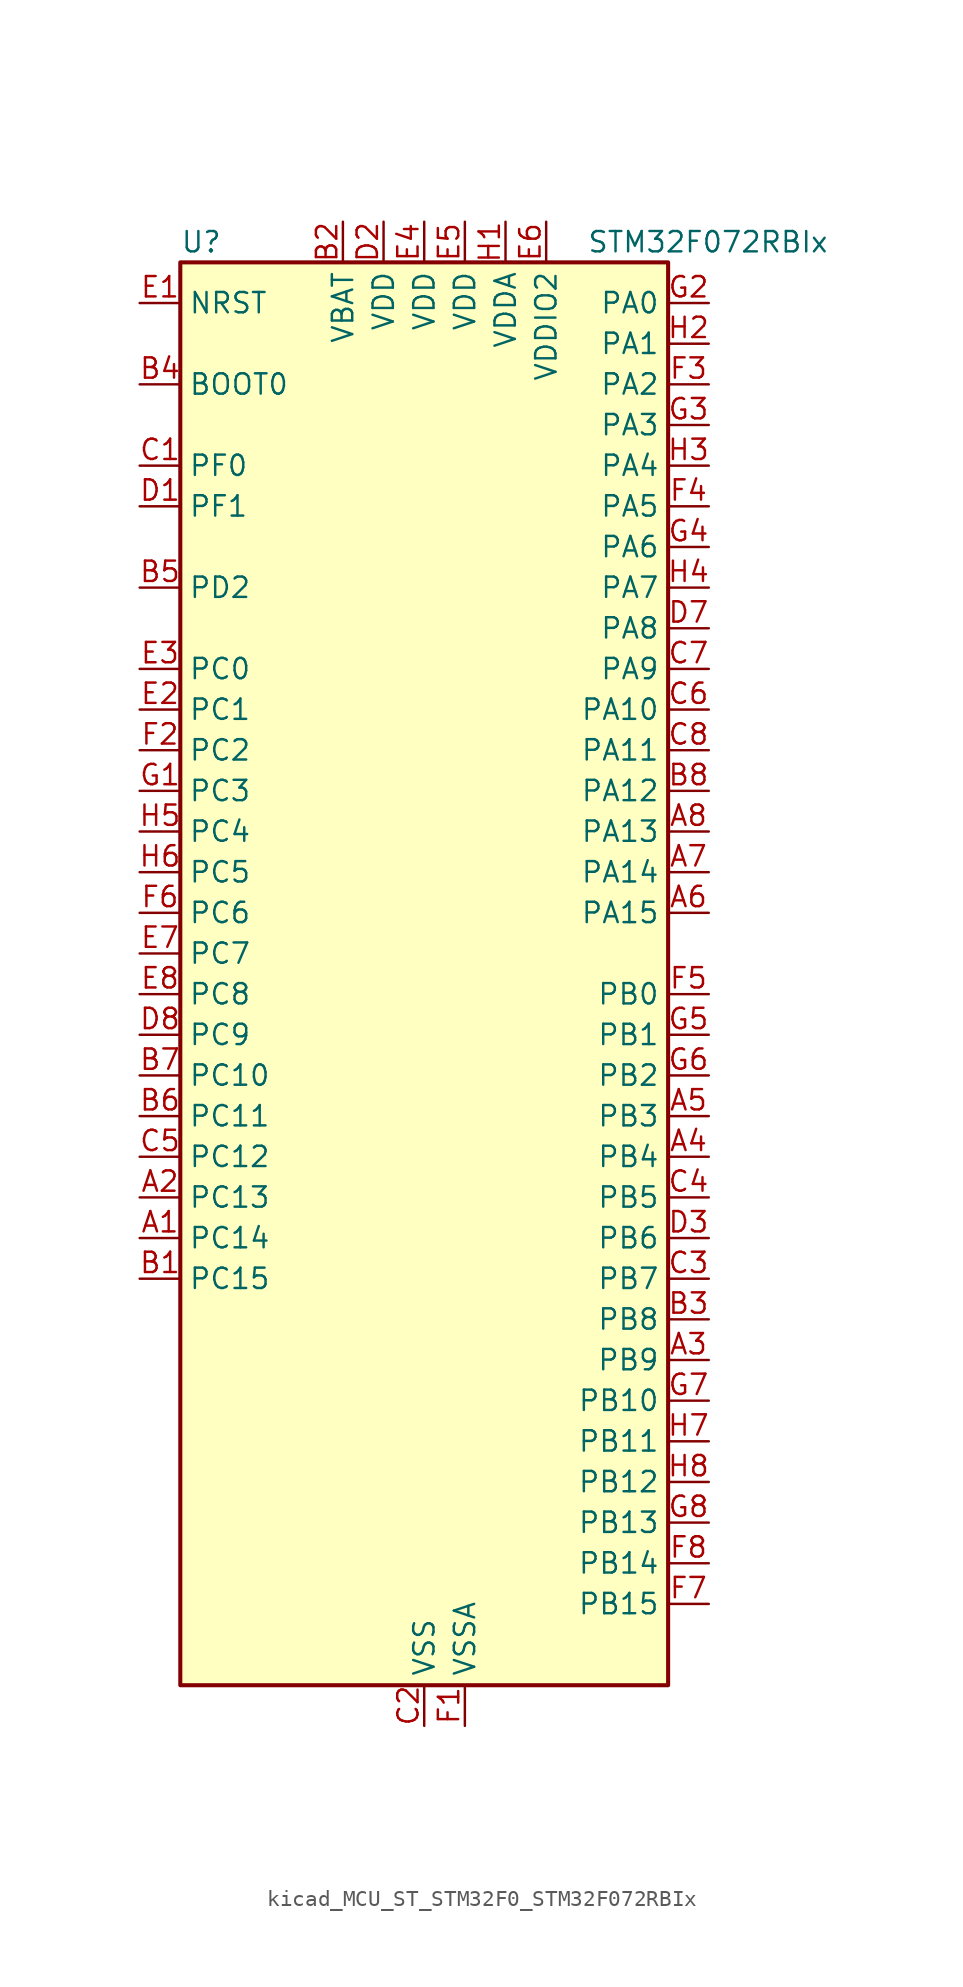
<source format=kicad_sym>
(kicad_symbol_lib
  (version 20220914)
  (generator kicad_symbol_editor)
  (symbol "kicad_MCU_ST_STM32F0_STM32F072RBIx"
    (property "Reference" "U"
      (at -15.24 46.99 0)
      (effects (font (size 1.27 1.27)) (justify left)))
    (property "Value" "STM32F072RBIx"
      (at 10.16 46.99 0)
      (effects (font (size 1.27 1.27)) (justify left)))
    (property "ki_locked" ""
      (at 0 0 0)
      (effects (font (size 1.27 1.27))))
    (symbol "kicad_MCU_ST_STM32F0_STM32F072RBIx_0_1"
      (rectangle (start -15.24 -43.18) (end 15.24 45.72) (stroke (width 0.254) (type default)) (fill (type background))))
    (symbol "kicad_MCU_ST_STM32F0_STM32F072RBIx_1_1"
      (pin bidirectional line (at -17.78 -15.24 0) (length 2.54) (name "PC14" (effects (font (size 1.27 1.27)))) (number "A1" (effects (font (size 1.27 1.27)))) (alternate "RCC_OSC32_IN" bidirectional line))
      (pin bidirectional line (at -17.78 -12.7 0) (length 2.54) (name "PC13" (effects (font (size 1.27 1.27)))) (number "A2" (effects (font (size 1.27 1.27)))) (alternate "RTC_OUT_ALARM" bidirectional line) (alternate "RTC_OUT_CALIB" bidirectional line) (alternate "RTC_TAMP1" bidirectional line) (alternate "RTC_TS" bidirectional line) (alternate "SYS_WKUP2" bidirectional line))
      (pin bidirectional line (at 17.78 -22.86 180) (length 2.54) (name "PB9" (effects (font (size 1.27 1.27)))) (number "A3" (effects (font (size 1.27 1.27)))) (alternate "CAN_TX" bidirectional line) (alternate "DAC_EXTI9" bidirectional line) (alternate "I2C1_SDA" bidirectional line) (alternate "I2S2_WS" bidirectional line) (alternate "IR_OUT" bidirectional line) (alternate "SPI2_NSS" bidirectional line) (alternate "TIM17_CH1" bidirectional line))
      (pin bidirectional line (at 17.78 -10.16 180) (length 2.54) (name "PB4" (effects (font (size 1.27 1.27)))) (number "A4" (effects (font (size 1.27 1.27)))) (alternate "I2S1_MCK" bidirectional line) (alternate "SPI1_MISO" bidirectional line) (alternate "TIM17_BKIN" bidirectional line) (alternate "TIM3_CH1" bidirectional line) (alternate "TSC_G5_IO2" bidirectional line))
      (pin bidirectional line (at 17.78 -7.62 180) (length 2.54) (name "PB3" (effects (font (size 1.27 1.27)))) (number "A5" (effects (font (size 1.27 1.27)))) (alternate "I2S1_CK" bidirectional line) (alternate "SPI1_SCK" bidirectional line) (alternate "TIM2_CH2" bidirectional line) (alternate "TSC_G5_IO1" bidirectional line))
      (pin bidirectional line (at 17.78 5.08 180) (length 2.54) (name "PA15" (effects (font (size 1.27 1.27)))) (number "A6" (effects (font (size 1.27 1.27)))) (alternate "I2S1_WS" bidirectional line) (alternate "SPI1_NSS" bidirectional line) (alternate "TIM2_CH1" bidirectional line) (alternate "TIM2_ETR" bidirectional line) (alternate "USART2_RX" bidirectional line) (alternate "USART4_DE" bidirectional line) (alternate "USART4_RTS" bidirectional line))
      (pin bidirectional line (at 17.78 7.62 180) (length 2.54) (name "PA14" (effects (font (size 1.27 1.27)))) (number "A7" (effects (font (size 1.27 1.27)))) (alternate "SYS_SWCLK" bidirectional line) (alternate "USART2_TX" bidirectional line))
      (pin bidirectional line (at 17.78 10.16 180) (length 2.54) (name "PA13" (effects (font (size 1.27 1.27)))) (number "A8" (effects (font (size 1.27 1.27)))) (alternate "IR_OUT" bidirectional line) (alternate "SYS_SWDIO" bidirectional line) (alternate "USB_NOE" bidirectional line))
      (pin bidirectional line (at -17.78 -17.78 0) (length 2.54) (name "PC15" (effects (font (size 1.27 1.27)))) (number "B1" (effects (font (size 1.27 1.27)))) (alternate "RCC_OSC32_OUT" bidirectional line))
      (pin power_in line (at -5.08 48.26 270) (length 2.54) (name "VBAT" (effects (font (size 1.27 1.27)))) (number "B2" (effects (font (size 1.27 1.27)))))
      (pin bidirectional line (at 17.78 -20.32 180) (length 2.54) (name "PB8" (effects (font (size 1.27 1.27)))) (number "B3" (effects (font (size 1.27 1.27)))) (alternate "CAN_RX" bidirectional line) (alternate "CEC" bidirectional line) (alternate "I2C1_SCL" bidirectional line) (alternate "TIM16_CH1" bidirectional line) (alternate "TSC_SYNC" bidirectional line))
      (pin input line (at -17.78 38.1 0) (length 2.54) (name "BOOT0" (effects (font (size 1.27 1.27)))) (number "B4" (effects (font (size 1.27 1.27)))))
      (pin bidirectional line (at -17.78 25.4 0) (length 2.54) (name "PD2" (effects (font (size 1.27 1.27)))) (number "B5" (effects (font (size 1.27 1.27)))) (alternate "TIM3_ETR" bidirectional line) (alternate "USART3_DE" bidirectional line) (alternate "USART3_RTS" bidirectional line))
      (pin bidirectional line (at -17.78 -7.62 0) (length 2.54) (name "PC11" (effects (font (size 1.27 1.27)))) (number "B6" (effects (font (size 1.27 1.27)))) (alternate "USART3_RX" bidirectional line) (alternate "USART4_RX" bidirectional line))
      (pin bidirectional line (at -17.78 -5.08 0) (length 2.54) (name "PC10" (effects (font (size 1.27 1.27)))) (number "B7" (effects (font (size 1.27 1.27)))) (alternate "USART3_TX" bidirectional line) (alternate "USART4_TX" bidirectional line))
      (pin bidirectional line (at 17.78 12.7 180) (length 2.54) (name "PA12" (effects (font (size 1.27 1.27)))) (number "B8" (effects (font (size 1.27 1.27)))) (alternate "CAN_TX" bidirectional line) (alternate "COMP2_OUT" bidirectional line) (alternate "TIM1_ETR" bidirectional line) (alternate "TSC_G4_IO4" bidirectional line) (alternate "USART1_DE" bidirectional line) (alternate "USART1_RTS" bidirectional line) (alternate "USB_DP" bidirectional line))
      (pin bidirectional line (at -17.78 33.02 0) (length 2.54) (name "PF0" (effects (font (size 1.27 1.27)))) (number "C1" (effects (font (size 1.27 1.27)))) (alternate "CRS_SYNC" bidirectional line) (alternate "RCC_OSC_IN" bidirectional line))
      (pin power_in line (at 0 -45.72 90) (length 2.54) (name "VSS" (effects (font (size 1.27 1.27)))) (number "C2" (effects (font (size 1.27 1.27)))))
      (pin bidirectional line (at 17.78 -17.78 180) (length 2.54) (name "PB7" (effects (font (size 1.27 1.27)))) (number "C3" (effects (font (size 1.27 1.27)))) (alternate "I2C1_SDA" bidirectional line) (alternate "TIM17_CH1N" bidirectional line) (alternate "TSC_G5_IO4" bidirectional line) (alternate "USART1_RX" bidirectional line) (alternate "USART4_CTS" bidirectional line))
      (pin bidirectional line (at 17.78 -12.7 180) (length 2.54) (name "PB5" (effects (font (size 1.27 1.27)))) (number "C4" (effects (font (size 1.27 1.27)))) (alternate "I2C1_SMBA" bidirectional line) (alternate "I2S1_SD" bidirectional line) (alternate "SPI1_MOSI" bidirectional line) (alternate "SYS_WKUP6" bidirectional line) (alternate "TIM16_BKIN" bidirectional line) (alternate "TIM3_CH2" bidirectional line))
      (pin bidirectional line (at -17.78 -10.16 0) (length 2.54) (name "PC12" (effects (font (size 1.27 1.27)))) (number "C5" (effects (font (size 1.27 1.27)))) (alternate "USART3_CK" bidirectional line) (alternate "USART4_CK" bidirectional line))
      (pin bidirectional line (at 17.78 17.78 180) (length 2.54) (name "PA10" (effects (font (size 1.27 1.27)))) (number "C6" (effects (font (size 1.27 1.27)))) (alternate "TIM17_BKIN" bidirectional line) (alternate "TIM1_CH3" bidirectional line) (alternate "TSC_G4_IO2" bidirectional line) (alternate "USART1_RX" bidirectional line))
      (pin bidirectional line (at 17.78 20.32 180) (length 2.54) (name "PA9" (effects (font (size 1.27 1.27)))) (number "C7" (effects (font (size 1.27 1.27)))) (alternate "DAC_EXTI9" bidirectional line) (alternate "TIM15_BKIN" bidirectional line) (alternate "TIM1_CH2" bidirectional line) (alternate "TSC_G4_IO1" bidirectional line) (alternate "USART1_TX" bidirectional line))
      (pin bidirectional line (at 17.78 15.24 180) (length 2.54) (name "PA11" (effects (font (size 1.27 1.27)))) (number "C8" (effects (font (size 1.27 1.27)))) (alternate "CAN_RX" bidirectional line) (alternate "COMP1_OUT" bidirectional line) (alternate "TIM1_CH4" bidirectional line) (alternate "TSC_G4_IO3" bidirectional line) (alternate "USART1_CTS" bidirectional line) (alternate "USB_DM" bidirectional line))
      (pin bidirectional line (at -17.78 30.48 0) (length 2.54) (name "PF1" (effects (font (size 1.27 1.27)))) (number "D1" (effects (font (size 1.27 1.27)))) (alternate "RCC_OSC_OUT" bidirectional line))
      (pin power_in line (at -2.54 48.26 270) (length 2.54) (name "VDD" (effects (font (size 1.27 1.27)))) (number "D2" (effects (font (size 1.27 1.27)))))
      (pin bidirectional line (at 17.78 -15.24 180) (length 2.54) (name "PB6" (effects (font (size 1.27 1.27)))) (number "D3" (effects (font (size 1.27 1.27)))) (alternate "I2C1_SCL" bidirectional line) (alternate "TIM16_CH1N" bidirectional line) (alternate "TSC_G5_IO3" bidirectional line) (alternate "USART1_TX" bidirectional line))
      (pin passive line (at 0 -45.72 90) (length 2.54) hide (name "VSS" (effects (font (size 1.27 1.27)))) (number "D4" (effects (font (size 1.27 1.27)))))
      (pin passive line (at 0 -45.72 90) (length 2.54) hide (name "VSS" (effects (font (size 1.27 1.27)))) (number "D5" (effects (font (size 1.27 1.27)))))
      (pin passive line (at 0 -45.72 90) (length 2.54) hide (name "VSS" (effects (font (size 1.27 1.27)))) (number "D6" (effects (font (size 1.27 1.27)))))
      (pin bidirectional line (at 17.78 22.86 180) (length 2.54) (name "PA8" (effects (font (size 1.27 1.27)))) (number "D7" (effects (font (size 1.27 1.27)))) (alternate "CRS_SYNC" bidirectional line) (alternate "RCC_MCO" bidirectional line) (alternate "TIM1_CH1" bidirectional line) (alternate "USART1_CK" bidirectional line))
      (pin bidirectional line (at -17.78 -2.54 0) (length 2.54) (name "PC9" (effects (font (size 1.27 1.27)))) (number "D8" (effects (font (size 1.27 1.27)))) (alternate "DAC_EXTI9" bidirectional line) (alternate "TIM3_CH4" bidirectional line))
      (pin input line (at -17.78 43.18 0) (length 2.54) (name "NRST" (effects (font (size 1.27 1.27)))) (number "E1" (effects (font (size 1.27 1.27)))))
      (pin bidirectional line (at -17.78 17.78 0) (length 2.54) (name "PC1" (effects (font (size 1.27 1.27)))) (number "E2" (effects (font (size 1.27 1.27)))) (alternate "ADC_IN11" bidirectional line))
      (pin bidirectional line (at -17.78 20.32 0) (length 2.54) (name "PC0" (effects (font (size 1.27 1.27)))) (number "E3" (effects (font (size 1.27 1.27)))) (alternate "ADC_IN10" bidirectional line))
      (pin power_in line (at 0 48.26 270) (length 2.54) (name "VDD" (effects (font (size 1.27 1.27)))) (number "E4" (effects (font (size 1.27 1.27)))))
      (pin power_in line (at 2.54 48.26 270) (length 2.54) (name "VDD" (effects (font (size 1.27 1.27)))) (number "E5" (effects (font (size 1.27 1.27)))))
      (pin power_in line (at 7.62 48.26 270) (length 2.54) (name "VDDIO2" (effects (font (size 1.27 1.27)))) (number "E6" (effects (font (size 1.27 1.27)))))
      (pin bidirectional line (at -17.78 2.54 0) (length 2.54) (name "PC7" (effects (font (size 1.27 1.27)))) (number "E7" (effects (font (size 1.27 1.27)))) (alternate "TIM3_CH2" bidirectional line))
      (pin bidirectional line (at -17.78 0 0) (length 2.54) (name "PC8" (effects (font (size 1.27 1.27)))) (number "E8" (effects (font (size 1.27 1.27)))) (alternate "TIM3_CH3" bidirectional line))
      (pin power_in line (at 2.54 -45.72 90) (length 2.54) (name "VSSA" (effects (font (size 1.27 1.27)))) (number "F1" (effects (font (size 1.27 1.27)))))
      (pin bidirectional line (at -17.78 15.24 0) (length 2.54) (name "PC2" (effects (font (size 1.27 1.27)))) (number "F2" (effects (font (size 1.27 1.27)))) (alternate "ADC_IN12" bidirectional line) (alternate "I2S2_MCK" bidirectional line) (alternate "SPI2_MISO" bidirectional line))
      (pin bidirectional line (at 17.78 38.1 180) (length 2.54) (name "PA2" (effects (font (size 1.27 1.27)))) (number "F3" (effects (font (size 1.27 1.27)))) (alternate "ADC_IN2" bidirectional line) (alternate "COMP2_INM" bidirectional line) (alternate "COMP2_OUT" bidirectional line) (alternate "SYS_WKUP4" bidirectional line) (alternate "TIM15_CH1" bidirectional line) (alternate "TIM2_CH3" bidirectional line) (alternate "TSC_G1_IO3" bidirectional line) (alternate "USART2_TX" bidirectional line))
      (pin bidirectional line (at 17.78 30.48 180) (length 2.54) (name "PA5" (effects (font (size 1.27 1.27)))) (number "F4" (effects (font (size 1.27 1.27)))) (alternate "ADC_IN5" bidirectional line) (alternate "CEC" bidirectional line) (alternate "COMP1_INM" bidirectional line) (alternate "COMP2_INM" bidirectional line) (alternate "DAC_OUT2" bidirectional line) (alternate "I2S1_CK" bidirectional line) (alternate "SPI1_SCK" bidirectional line) (alternate "TIM2_CH1" bidirectional line) (alternate "TIM2_ETR" bidirectional line) (alternate "TSC_G2_IO2" bidirectional line))
      (pin bidirectional line (at 17.78 0 180) (length 2.54) (name "PB0" (effects (font (size 1.27 1.27)))) (number "F5" (effects (font (size 1.27 1.27)))) (alternate "ADC_IN8" bidirectional line) (alternate "TIM1_CH2N" bidirectional line) (alternate "TIM3_CH3" bidirectional line) (alternate "TSC_G3_IO2" bidirectional line) (alternate "USART3_CK" bidirectional line))
      (pin bidirectional line (at -17.78 5.08 0) (length 2.54) (name "PC6" (effects (font (size 1.27 1.27)))) (number "F6" (effects (font (size 1.27 1.27)))) (alternate "TIM3_CH1" bidirectional line))
      (pin bidirectional line (at 17.78 -38.1 180) (length 2.54) (name "PB15" (effects (font (size 1.27 1.27)))) (number "F7" (effects (font (size 1.27 1.27)))) (alternate "I2S2_SD" bidirectional line) (alternate "RTC_REFIN" bidirectional line) (alternate "SPI2_MOSI" bidirectional line) (alternate "SYS_WKUP7" bidirectional line) (alternate "TIM15_CH1N" bidirectional line) (alternate "TIM15_CH2" bidirectional line) (alternate "TIM1_CH3N" bidirectional line))
      (pin bidirectional line (at 17.78 -35.56 180) (length 2.54) (name "PB14" (effects (font (size 1.27 1.27)))) (number "F8" (effects (font (size 1.27 1.27)))) (alternate "I2C2_SDA" bidirectional line) (alternate "I2S2_MCK" bidirectional line) (alternate "SPI2_MISO" bidirectional line) (alternate "TIM15_CH1" bidirectional line) (alternate "TIM1_CH2N" bidirectional line) (alternate "TSC_G6_IO4" bidirectional line) (alternate "USART3_DE" bidirectional line) (alternate "USART3_RTS" bidirectional line))
      (pin bidirectional line (at -17.78 12.7 0) (length 2.54) (name "PC3" (effects (font (size 1.27 1.27)))) (number "G1" (effects (font (size 1.27 1.27)))) (alternate "ADC_IN13" bidirectional line) (alternate "I2S2_SD" bidirectional line) (alternate "SPI2_MOSI" bidirectional line))
      (pin bidirectional line (at 17.78 43.18 180) (length 2.54) (name "PA0" (effects (font (size 1.27 1.27)))) (number "G2" (effects (font (size 1.27 1.27)))) (alternate "ADC_IN0" bidirectional line) (alternate "COMP1_INM" bidirectional line) (alternate "COMP1_OUT" bidirectional line) (alternate "RTC_TAMP2" bidirectional line) (alternate "SYS_WKUP1" bidirectional line) (alternate "TIM2_CH1" bidirectional line) (alternate "TIM2_ETR" bidirectional line) (alternate "TSC_G1_IO1" bidirectional line) (alternate "USART2_CTS" bidirectional line) (alternate "USART4_TX" bidirectional line))
      (pin bidirectional line (at 17.78 35.56 180) (length 2.54) (name "PA3" (effects (font (size 1.27 1.27)))) (number "G3" (effects (font (size 1.27 1.27)))) (alternate "ADC_IN3" bidirectional line) (alternate "COMP2_INP" bidirectional line) (alternate "TIM15_CH2" bidirectional line) (alternate "TIM2_CH4" bidirectional line) (alternate "TSC_G1_IO4" bidirectional line) (alternate "USART2_RX" bidirectional line))
      (pin bidirectional line (at 17.78 27.94 180) (length 2.54) (name "PA6" (effects (font (size 1.27 1.27)))) (number "G4" (effects (font (size 1.27 1.27)))) (alternate "ADC_IN6" bidirectional line) (alternate "COMP1_OUT" bidirectional line) (alternate "I2S1_MCK" bidirectional line) (alternate "SPI1_MISO" bidirectional line) (alternate "TIM16_CH1" bidirectional line) (alternate "TIM1_BKIN" bidirectional line) (alternate "TIM3_CH1" bidirectional line) (alternate "TSC_G2_IO3" bidirectional line) (alternate "USART3_CTS" bidirectional line))
      (pin bidirectional line (at 17.78 -2.54 180) (length 2.54) (name "PB1" (effects (font (size 1.27 1.27)))) (number "G5" (effects (font (size 1.27 1.27)))) (alternate "ADC_IN9" bidirectional line) (alternate "TIM14_CH1" bidirectional line) (alternate "TIM1_CH3N" bidirectional line) (alternate "TIM3_CH4" bidirectional line) (alternate "TSC_G3_IO3" bidirectional line) (alternate "USART3_DE" bidirectional line) (alternate "USART3_RTS" bidirectional line))
      (pin bidirectional line (at 17.78 -5.08 180) (length 2.54) (name "PB2" (effects (font (size 1.27 1.27)))) (number "G6" (effects (font (size 1.27 1.27)))) (alternate "TSC_G3_IO4" bidirectional line))
      (pin bidirectional line (at 17.78 -25.4 180) (length 2.54) (name "PB10" (effects (font (size 1.27 1.27)))) (number "G7" (effects (font (size 1.27 1.27)))) (alternate "CEC" bidirectional line) (alternate "I2C2_SCL" bidirectional line) (alternate "I2S2_CK" bidirectional line) (alternate "SPI2_SCK" bidirectional line) (alternate "TIM2_CH3" bidirectional line) (alternate "TSC_SYNC" bidirectional line) (alternate "USART3_TX" bidirectional line))
      (pin bidirectional line (at 17.78 -33.02 180) (length 2.54) (name "PB13" (effects (font (size 1.27 1.27)))) (number "G8" (effects (font (size 1.27 1.27)))) (alternate "I2C2_SCL" bidirectional line) (alternate "I2S2_CK" bidirectional line) (alternate "SPI2_SCK" bidirectional line) (alternate "TIM1_CH1N" bidirectional line) (alternate "TSC_G6_IO3" bidirectional line) (alternate "USART3_CTS" bidirectional line))
      (pin power_in line (at 5.08 48.26 270) (length 2.54) (name "VDDA" (effects (font (size 1.27 1.27)))) (number "H1" (effects (font (size 1.27 1.27)))))
      (pin bidirectional line (at 17.78 40.64 180) (length 2.54) (name "PA1" (effects (font (size 1.27 1.27)))) (number "H2" (effects (font (size 1.27 1.27)))) (alternate "ADC_IN1" bidirectional line) (alternate "COMP1_INP" bidirectional line) (alternate "TIM15_CH1N" bidirectional line) (alternate "TIM2_CH2" bidirectional line) (alternate "TSC_G1_IO2" bidirectional line) (alternate "USART2_DE" bidirectional line) (alternate "USART2_RTS" bidirectional line) (alternate "USART4_RX" bidirectional line))
      (pin bidirectional line (at 17.78 33.02 180) (length 2.54) (name "PA4" (effects (font (size 1.27 1.27)))) (number "H3" (effects (font (size 1.27 1.27)))) (alternate "ADC_IN4" bidirectional line) (alternate "COMP1_INM" bidirectional line) (alternate "COMP2_INM" bidirectional line) (alternate "DAC_OUT1" bidirectional line) (alternate "I2S1_WS" bidirectional line) (alternate "SPI1_NSS" bidirectional line) (alternate "TIM14_CH1" bidirectional line) (alternate "TSC_G2_IO1" bidirectional line) (alternate "USART2_CK" bidirectional line))
      (pin bidirectional line (at 17.78 25.4 180) (length 2.54) (name "PA7" (effects (font (size 1.27 1.27)))) (number "H4" (effects (font (size 1.27 1.27)))) (alternate "ADC_IN7" bidirectional line) (alternate "COMP2_OUT" bidirectional line) (alternate "I2S1_SD" bidirectional line) (alternate "SPI1_MOSI" bidirectional line) (alternate "TIM14_CH1" bidirectional line) (alternate "TIM17_CH1" bidirectional line) (alternate "TIM1_CH1N" bidirectional line) (alternate "TIM3_CH2" bidirectional line) (alternate "TSC_G2_IO4" bidirectional line))
      (pin bidirectional line (at -17.78 10.16 0) (length 2.54) (name "PC4" (effects (font (size 1.27 1.27)))) (number "H5" (effects (font (size 1.27 1.27)))) (alternate "ADC_IN14" bidirectional line) (alternate "USART3_TX" bidirectional line))
      (pin bidirectional line (at -17.78 7.62 0) (length 2.54) (name "PC5" (effects (font (size 1.27 1.27)))) (number "H6" (effects (font (size 1.27 1.27)))) (alternate "ADC_IN15" bidirectional line) (alternate "SYS_WKUP5" bidirectional line) (alternate "TSC_G3_IO1" bidirectional line) (alternate "USART3_RX" bidirectional line))
      (pin bidirectional line (at 17.78 -27.94 180) (length 2.54) (name "PB11" (effects (font (size 1.27 1.27)))) (number "H7" (effects (font (size 1.27 1.27)))) (alternate "I2C2_SDA" bidirectional line) (alternate "TIM2_CH4" bidirectional line) (alternate "TSC_G6_IO1" bidirectional line) (alternate "USART3_RX" bidirectional line))
      (pin bidirectional line (at 17.78 -30.48 180) (length 2.54) (name "PB12" (effects (font (size 1.27 1.27)))) (number "H8" (effects (font (size 1.27 1.27)))) (alternate "I2S2_WS" bidirectional line) (alternate "SPI2_NSS" bidirectional line) (alternate "TIM15_BKIN" bidirectional line) (alternate "TIM1_BKIN" bidirectional line) (alternate "TSC_G6_IO2" bidirectional line) (alternate "USART3_CK" bidirectional line)))))
</source>
